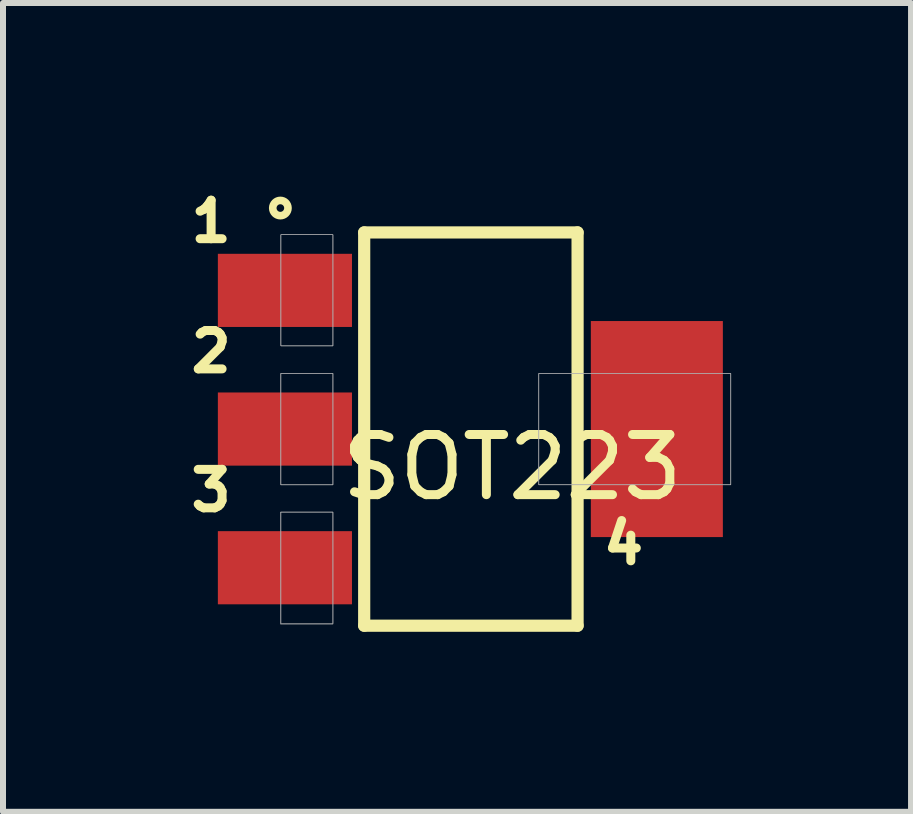
<source format=kicad_pcb>
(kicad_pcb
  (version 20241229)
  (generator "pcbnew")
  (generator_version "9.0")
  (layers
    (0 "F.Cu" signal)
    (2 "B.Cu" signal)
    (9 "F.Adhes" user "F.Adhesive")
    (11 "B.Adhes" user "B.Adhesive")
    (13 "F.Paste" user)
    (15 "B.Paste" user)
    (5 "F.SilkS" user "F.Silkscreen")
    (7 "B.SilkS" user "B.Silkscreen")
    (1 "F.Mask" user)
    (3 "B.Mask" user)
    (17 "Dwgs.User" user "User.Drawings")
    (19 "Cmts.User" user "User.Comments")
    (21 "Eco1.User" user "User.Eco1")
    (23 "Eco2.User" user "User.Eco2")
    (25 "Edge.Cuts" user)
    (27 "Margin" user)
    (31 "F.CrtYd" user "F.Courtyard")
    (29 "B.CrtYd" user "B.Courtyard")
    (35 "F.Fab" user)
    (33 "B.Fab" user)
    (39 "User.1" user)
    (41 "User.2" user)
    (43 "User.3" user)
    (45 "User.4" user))
  (footprint "SOT223"
    (layer "F.Cu")
    (at 4.797 4.1)
    (property "Reference" "SOT223" (at 0.688 0.637 180) (layer "F.SilkS") (effects (font (size 1.003 1.003) (thickness 0.15))))
    (attr through_hole)
    (fp_line (start -1.778 -3.277) (end 1.778 -3.277) (stroke (width 0.203) (type solid)) (layer "F.SilkS"))
    (fp_line (start -1.778 3.277) (end -1.778 -3.277) (stroke (width 0.203) (type solid)) (layer "F.SilkS"))
    (fp_line (start 1.778 -3.277) (end 1.778 3.277) (stroke (width 0.203) (type solid)) (layer "F.SilkS"))
    (fp_line (start 1.778 3.277) (end -1.778 3.277) (stroke (width 0.203) (type solid)) (layer "F.SilkS"))
    (fp_circle (center -3.175 -3.683) (end -3.048 -3.683) (stroke (width 0.127) (type solid)) (fill no) (layer "F.SilkS"))
    (fp_poly (pts (xy -3.173 1.384) (xy -2.299 1.384) (xy -2.299 3.25) (xy -3.173 3.25)) (stroke (width 0.01) (type solid)) (fill no) (layer "F.Fab"))
    (fp_poly (pts (xy -3.17 -0.927) (xy -2.299 -0.927) (xy -2.299 0.929) (xy -3.17 0.929)) (stroke (width 0.01) (type solid)) (fill no) (layer "F.Fab"))
    (fp_poly (pts (xy -3.167 -3.239) (xy -2.299 -3.239) (xy -2.299 -1.387) (xy -3.167 -1.387)) (stroke (width 0.01) (type solid)) (fill no) (layer "F.Fab"))
    (fp_poly (pts (xy -3.166 -3.239) (xy -2.299 -3.239) (xy -2.299 -1.386) (xy -3.166 -1.386)) (stroke (width 0.01) (type solid)) (fill no) (layer "F.Fab"))
    (fp_poly (pts (xy -3.165 1.384) (xy -2.299 1.384) (xy -2.299 3.241) (xy -3.165 3.241)) (stroke (width 0.01) (type solid)) (fill no) (layer "F.Fab"))
    (fp_poly (pts (xy -3.165 -0.927) (xy -2.299 -0.927) (xy -2.299 0.928) (xy -3.165 0.928)) (stroke (width 0.01) (type solid)) (fill no) (layer "F.Fab"))
    (fp_poly (pts (xy 1.131 -0.927) (xy 4.331 -0.927) (xy 4.331 0.928) (xy 1.131 0.928)) (stroke (width 0.01) (type solid)) (fill no) (layer "F.Fab"))
    (fp_poly (pts (xy 1.132 -0.927) (xy 4.331 -0.927) (xy 4.331 0.928) (xy 1.132 0.928)) (stroke (width 0.01) (type solid)) (fill no) (layer "F.Fab"))
    (fp_text user "1" (at -4.329 -3.461 0) (layer "F.SilkS") (effects (font (size 0.642 0.642) (thickness 0.15))))
    (fp_text user "2" (at -4.329 -1.291 0) (layer "F.SilkS") (effects (font (size 0.64 0.64) (thickness 0.15))))
    (fp_text user "3" (at -4.33 1.024 0) (layer "F.SilkS") (effects (font (size 0.642 0.642) (thickness 0.15))))
    (fp_text user "4" (at 2.543 1.907 0) (layer "F.SilkS") (effects (font (size 0.641 0.641) (thickness 0.15))))
    (pad "1" smd rect (at -3.099 -2.311 270) (size 1.219 2.235) (layers "F.Cu" "F.Mask" "F.Paste"))
    (pad "2" smd rect (at -3.099 0 270) (size 1.219 2.235) (layers "F.Cu" "F.Mask" "F.Paste"))
    (pad "3" smd rect (at -3.099 2.311 270) (size 1.219 2.235) (layers "F.Cu" "F.Mask" "F.Paste"))
    (pad "4" smd rect (at 3.099 0 270) (size 3.6 2.2) (layers "F.Cu" "F.Mask" "F.Paste")))
  (gr_rect
    (start -3 -3)
    (end 12.132 10.478)
    (stroke (width 0.1) (type default))
    (fill no)
    (layer "Edge.Cuts")))
</source>
